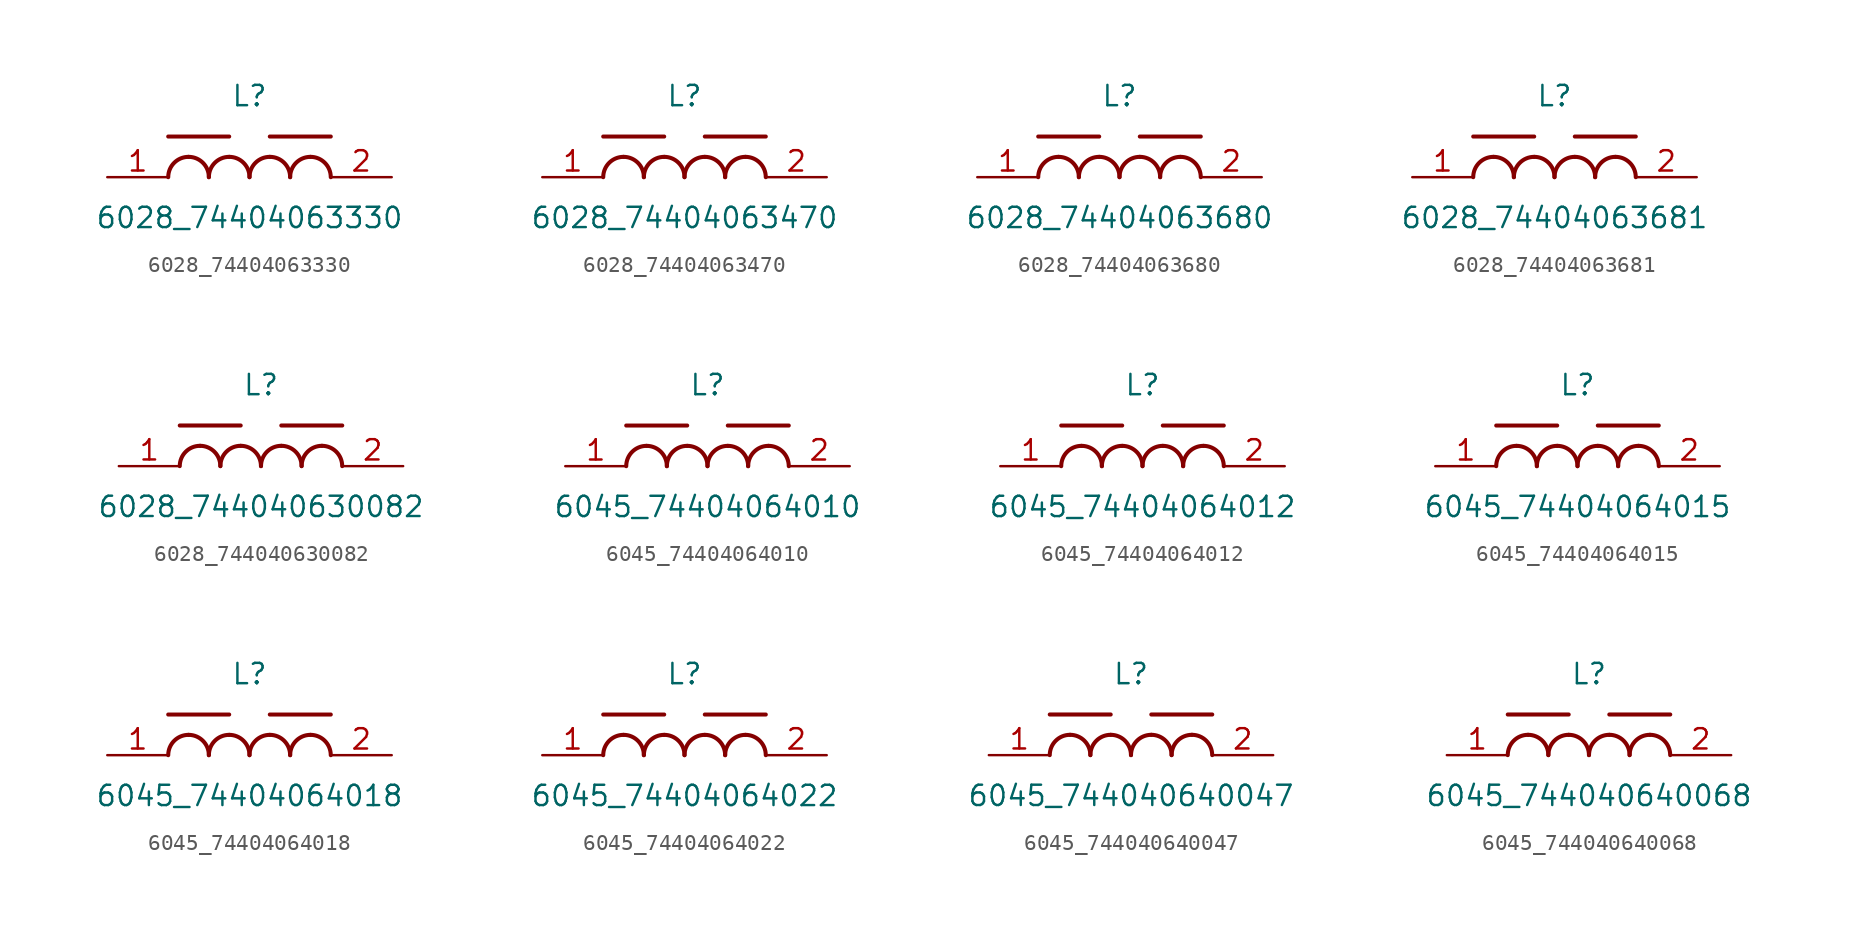
<source format=kicad_sym>
(kicad_symbol_lib
  (version 20211014)
  (generator kicad_symbol_editor)
  (symbol "Inductor_Wurth_WE-LQS:6028_74404063330"
    (pin_names hide)
    (property "Reference" "L"
      (at 0 5.08 0)
      (effects (font (size 1.27 1.27))))
    (property "Value" "6028_74404063330"
      (at 0 -2.54 0)
      (effects (font (size 1.27 1.27))))
    (symbol "6028_74404063330_0_1"
      (arc (start -3.81 1.27) (mid -4.708 0.898) (end -5.08 0) (stroke (width 0.254) (type default) (color 0 0 0 0)) (fill (type none)))
      (arc (start -2.54 0) (mid -2.912 0.898) (end -3.81 1.27) (stroke (width 0.254) (type default) (color 0 0 0 0)) (fill (type none)))
      (arc (start -1.2699 1.2701) (mid -2.1679 0.8981) (end -2.5399 0.0001) (stroke (width 0.254) (type default) (color 0 0 0 0)) (fill (type none)))
      (polyline (pts (xy -5.08 2.54) (xy -1.27 2.54)) (stroke (width 0.254) (type default) (color 0 0 0 0)) (fill (type none)))
      (polyline (pts (xy 5.08 2.54) (xy 1.27 2.54)) (stroke (width 0.254) (type default) (color 0 0 0 0)) (fill (type none)))
      (arc (start 0.0001 0.0001) (mid -0.3719 0.8981) (end -1.2699 1.2701) (stroke (width 0.254) (type default) (color 0 0 0 0)) (fill (type none)))
      (arc (start 1.2701 1.2701) (mid 0.3721 0.8981) (end 0.0001 0.0001) (stroke (width 0.254) (type default) (color 0 0 0 0)) (fill (type none)))
      (arc (start 2.5401 0.0001) (mid 2.1681 0.8981) (end 1.2701 1.2701) (stroke (width 0.254) (type default) (color 0 0 0 0)) (fill (type none)))
      (arc (start 3.8101 1.2701) (mid 2.9121 0.8981) (end 2.5401 0.0001) (stroke (width 0.254) (type default) (color 0 0 0 0)) (fill (type none)))
      (arc (start 5.0801 0.0001) (mid 4.7081 0.8981) (end 3.8101 1.2701) (stroke (width 0.254) (type default) (color 0 0 0 0)) (fill (type none))))
    (symbol "6028_74404063330_1_1"
      (pin passive line (at -8.89 0 0) (length 3.81) (name "1" (effects (font (size 1.27 1.27)))) (number "1" (effects (font (size 1.27 1.27)))))
      (pin passive line (at 8.89 0 180) (length 3.81) (name "2" (effects (font (size 1.27 1.27)))) (number "2" (effects (font (size 1.27 1.27)))))))
  (symbol "Inductor_Wurth_WE-LQS:6028_74404063470"
    (pin_names hide)
    (property "Reference" "L"
      (at 0 5.08 0)
      (effects (font (size 1.27 1.27))))
    (property "Value" "6028_74404063470"
      (at 0 -2.54 0)
      (effects (font (size 1.27 1.27))))
    (symbol "6028_74404063470_0_1"
      (arc (start -3.81 1.27) (mid -4.708 0.898) (end -5.08 0) (stroke (width 0.254) (type default) (color 0 0 0 0)) (fill (type none)))
      (arc (start -2.54 0) (mid -2.912 0.898) (end -3.81 1.27) (stroke (width 0.254) (type default) (color 0 0 0 0)) (fill (type none)))
      (arc (start -1.2699 1.2701) (mid -2.1679 0.8981) (end -2.5399 0.0001) (stroke (width 0.254) (type default) (color 0 0 0 0)) (fill (type none)))
      (polyline (pts (xy -5.08 2.54) (xy -1.27 2.54)) (stroke (width 0.254) (type default) (color 0 0 0 0)) (fill (type none)))
      (polyline (pts (xy 5.08 2.54) (xy 1.27 2.54)) (stroke (width 0.254) (type default) (color 0 0 0 0)) (fill (type none)))
      (arc (start 0.0001 0.0001) (mid -0.3719 0.8981) (end -1.2699 1.2701) (stroke (width 0.254) (type default) (color 0 0 0 0)) (fill (type none)))
      (arc (start 1.2701 1.2701) (mid 0.3721 0.8981) (end 0.0001 0.0001) (stroke (width 0.254) (type default) (color 0 0 0 0)) (fill (type none)))
      (arc (start 2.5401 0.0001) (mid 2.1681 0.8981) (end 1.2701 1.2701) (stroke (width 0.254) (type default) (color 0 0 0 0)) (fill (type none)))
      (arc (start 3.8101 1.2701) (mid 2.9121 0.8981) (end 2.5401 0.0001) (stroke (width 0.254) (type default) (color 0 0 0 0)) (fill (type none)))
      (arc (start 5.0801 0.0001) (mid 4.7081 0.8981) (end 3.8101 1.2701) (stroke (width 0.254) (type default) (color 0 0 0 0)) (fill (type none))))
    (symbol "6028_74404063470_1_1"
      (pin passive line (at -8.89 0 0) (length 3.81) (name "1" (effects (font (size 1.27 1.27)))) (number "1" (effects (font (size 1.27 1.27)))))
      (pin passive line (at 8.89 0 180) (length 3.81) (name "2" (effects (font (size 1.27 1.27)))) (number "2" (effects (font (size 1.27 1.27)))))))
  (symbol "Inductor_Wurth_WE-LQS:6028_74404063680"
    (pin_names hide)
    (property "Reference" "L"
      (at 0 5.08 0)
      (effects (font (size 1.27 1.27))))
    (property "Value" "6028_74404063680"
      (at 0 -2.54 0)
      (effects (font (size 1.27 1.27))))
    (symbol "6028_74404063680_0_1"
      (arc (start -3.81 1.27) (mid -4.708 0.898) (end -5.08 0) (stroke (width 0.254) (type default) (color 0 0 0 0)) (fill (type none)))
      (arc (start -2.54 0) (mid -2.912 0.898) (end -3.81 1.27) (stroke (width 0.254) (type default) (color 0 0 0 0)) (fill (type none)))
      (arc (start -1.2699 1.2701) (mid -2.1679 0.8981) (end -2.5399 0.0001) (stroke (width 0.254) (type default) (color 0 0 0 0)) (fill (type none)))
      (polyline (pts (xy -5.08 2.54) (xy -1.27 2.54)) (stroke (width 0.254) (type default) (color 0 0 0 0)) (fill (type none)))
      (polyline (pts (xy 5.08 2.54) (xy 1.27 2.54)) (stroke (width 0.254) (type default) (color 0 0 0 0)) (fill (type none)))
      (arc (start 0.0001 0.0001) (mid -0.3719 0.8981) (end -1.2699 1.2701) (stroke (width 0.254) (type default) (color 0 0 0 0)) (fill (type none)))
      (arc (start 1.2701 1.2701) (mid 0.3721 0.8981) (end 0.0001 0.0001) (stroke (width 0.254) (type default) (color 0 0 0 0)) (fill (type none)))
      (arc (start 2.5401 0.0001) (mid 2.1681 0.8981) (end 1.2701 1.2701) (stroke (width 0.254) (type default) (color 0 0 0 0)) (fill (type none)))
      (arc (start 3.8101 1.2701) (mid 2.9121 0.8981) (end 2.5401 0.0001) (stroke (width 0.254) (type default) (color 0 0 0 0)) (fill (type none)))
      (arc (start 5.0801 0.0001) (mid 4.7081 0.8981) (end 3.8101 1.2701) (stroke (width 0.254) (type default) (color 0 0 0 0)) (fill (type none))))
    (symbol "6028_74404063680_1_1"
      (pin passive line (at -8.89 0 0) (length 3.81) (name "1" (effects (font (size 1.27 1.27)))) (number "1" (effects (font (size 1.27 1.27)))))
      (pin passive line (at 8.89 0 180) (length 3.81) (name "2" (effects (font (size 1.27 1.27)))) (number "2" (effects (font (size 1.27 1.27)))))))
  (symbol "Inductor_Wurth_WE-LQS:6028_74404063681"
    (pin_names hide)
    (property "Reference" "L"
      (at 0 5.08 0)
      (effects (font (size 1.27 1.27))))
    (property "Value" "6028_74404063681"
      (at 0 -2.54 0)
      (effects (font (size 1.27 1.27))))
    (symbol "6028_74404063681_0_1"
      (arc (start -3.81 1.27) (mid -4.708 0.898) (end -5.08 0) (stroke (width 0.254) (type default) (color 0 0 0 0)) (fill (type none)))
      (arc (start -2.54 0) (mid -2.912 0.898) (end -3.81 1.27) (stroke (width 0.254) (type default) (color 0 0 0 0)) (fill (type none)))
      (arc (start -1.2699 1.2701) (mid -2.1679 0.8981) (end -2.5399 0.0001) (stroke (width 0.254) (type default) (color 0 0 0 0)) (fill (type none)))
      (polyline (pts (xy -5.08 2.54) (xy -1.27 2.54)) (stroke (width 0.254) (type default) (color 0 0 0 0)) (fill (type none)))
      (polyline (pts (xy 5.08 2.54) (xy 1.27 2.54)) (stroke (width 0.254) (type default) (color 0 0 0 0)) (fill (type none)))
      (arc (start 0.0001 0.0001) (mid -0.3719 0.8981) (end -1.2699 1.2701) (stroke (width 0.254) (type default) (color 0 0 0 0)) (fill (type none)))
      (arc (start 1.2701 1.2701) (mid 0.3721 0.8981) (end 0.0001 0.0001) (stroke (width 0.254) (type default) (color 0 0 0 0)) (fill (type none)))
      (arc (start 2.5401 0.0001) (mid 2.1681 0.8981) (end 1.2701 1.2701) (stroke (width 0.254) (type default) (color 0 0 0 0)) (fill (type none)))
      (arc (start 3.8101 1.2701) (mid 2.9121 0.8981) (end 2.5401 0.0001) (stroke (width 0.254) (type default) (color 0 0 0 0)) (fill (type none)))
      (arc (start 5.0801 0.0001) (mid 4.7081 0.8981) (end 3.8101 1.2701) (stroke (width 0.254) (type default) (color 0 0 0 0)) (fill (type none))))
    (symbol "6028_74404063681_1_1"
      (pin passive line (at -8.89 0 0) (length 3.81) (name "1" (effects (font (size 1.27 1.27)))) (number "1" (effects (font (size 1.27 1.27)))))
      (pin passive line (at 8.89 0 180) (length 3.81) (name "2" (effects (font (size 1.27 1.27)))) (number "2" (effects (font (size 1.27 1.27)))))))
  (symbol "Inductor_Wurth_WE-LQS:6028_744040630082"
    (pin_names hide)
    (property "Reference" "L"
      (at 0 5.08 0)
      (effects (font (size 1.27 1.27))))
    (property "Value" "6028_744040630082"
      (at 0 -2.54 0)
      (effects (font (size 1.27 1.27))))
    (symbol "6028_744040630082_0_1"
      (arc (start -3.81 1.27) (mid -4.708 0.898) (end -5.08 0) (stroke (width 0.254) (type default) (color 0 0 0 0)) (fill (type none)))
      (arc (start -2.54 0) (mid -2.912 0.898) (end -3.81 1.27) (stroke (width 0.254) (type default) (color 0 0 0 0)) (fill (type none)))
      (arc (start -1.2699 1.2701) (mid -2.1679 0.8981) (end -2.5399 0.0001) (stroke (width 0.254) (type default) (color 0 0 0 0)) (fill (type none)))
      (polyline (pts (xy -5.08 2.54) (xy -1.27 2.54)) (stroke (width 0.254) (type default) (color 0 0 0 0)) (fill (type none)))
      (polyline (pts (xy 5.08 2.54) (xy 1.27 2.54)) (stroke (width 0.254) (type default) (color 0 0 0 0)) (fill (type none)))
      (arc (start 0.0001 0.0001) (mid -0.3719 0.8981) (end -1.2699 1.2701) (stroke (width 0.254) (type default) (color 0 0 0 0)) (fill (type none)))
      (arc (start 1.2701 1.2701) (mid 0.3721 0.8981) (end 0.0001 0.0001) (stroke (width 0.254) (type default) (color 0 0 0 0)) (fill (type none)))
      (arc (start 2.5401 0.0001) (mid 2.1681 0.8981) (end 1.2701 1.2701) (stroke (width 0.254) (type default) (color 0 0 0 0)) (fill (type none)))
      (arc (start 3.8101 1.2701) (mid 2.9121 0.8981) (end 2.5401 0.0001) (stroke (width 0.254) (type default) (color 0 0 0 0)) (fill (type none)))
      (arc (start 5.0801 0.0001) (mid 4.7081 0.8981) (end 3.8101 1.2701) (stroke (width 0.254) (type default) (color 0 0 0 0)) (fill (type none))))
    (symbol "6028_744040630082_1_1"
      (pin passive line (at -8.89 0 0) (length 3.81) (name "1" (effects (font (size 1.27 1.27)))) (number "1" (effects (font (size 1.27 1.27)))))
      (pin passive line (at 8.89 0 180) (length 3.81) (name "2" (effects (font (size 1.27 1.27)))) (number "2" (effects (font (size 1.27 1.27)))))))
  (symbol "Inductor_Wurth_WE-LQS:6045_74404064010"
    (pin_names hide)
    (property "Reference" "L"
      (at 0 5.08 0)
      (effects (font (size 1.27 1.27))))
    (property "Value" "6045_74404064010"
      (at 0 -2.54 0)
      (effects (font (size 1.27 1.27))))
    (symbol "6045_74404064010_0_1"
      (arc (start -3.81 1.27) (mid -4.708 0.898) (end -5.08 0) (stroke (width 0.254) (type default) (color 0 0 0 0)) (fill (type none)))
      (arc (start -2.54 0) (mid -2.912 0.898) (end -3.81 1.27) (stroke (width 0.254) (type default) (color 0 0 0 0)) (fill (type none)))
      (arc (start -1.2699 1.2701) (mid -2.1679 0.8981) (end -2.5399 0.0001) (stroke (width 0.254) (type default) (color 0 0 0 0)) (fill (type none)))
      (polyline (pts (xy -5.08 2.54) (xy -1.27 2.54)) (stroke (width 0.254) (type default) (color 0 0 0 0)) (fill (type none)))
      (polyline (pts (xy 5.08 2.54) (xy 1.27 2.54)) (stroke (width 0.254) (type default) (color 0 0 0 0)) (fill (type none)))
      (arc (start 0.0001 0.0001) (mid -0.3719 0.8981) (end -1.2699 1.2701) (stroke (width 0.254) (type default) (color 0 0 0 0)) (fill (type none)))
      (arc (start 1.2701 1.2701) (mid 0.3721 0.8981) (end 0.0001 0.0001) (stroke (width 0.254) (type default) (color 0 0 0 0)) (fill (type none)))
      (arc (start 2.5401 0.0001) (mid 2.1681 0.8981) (end 1.2701 1.2701) (stroke (width 0.254) (type default) (color 0 0 0 0)) (fill (type none)))
      (arc (start 3.8101 1.2701) (mid 2.9121 0.8981) (end 2.5401 0.0001) (stroke (width 0.254) (type default) (color 0 0 0 0)) (fill (type none)))
      (arc (start 5.0801 0.0001) (mid 4.7081 0.8981) (end 3.8101 1.2701) (stroke (width 0.254) (type default) (color 0 0 0 0)) (fill (type none))))
    (symbol "6045_74404064010_1_1"
      (pin passive line (at -8.89 0 0) (length 3.81) (name "1" (effects (font (size 1.27 1.27)))) (number "1" (effects (font (size 1.27 1.27)))))
      (pin passive line (at 8.89 0 180) (length 3.81) (name "2" (effects (font (size 1.27 1.27)))) (number "2" (effects (font (size 1.27 1.27)))))))
  (symbol "Inductor_Wurth_WE-LQS:6045_74404064012"
    (pin_names hide)
    (property "Reference" "L"
      (at 0 5.08 0)
      (effects (font (size 1.27 1.27))))
    (property "Value" "6045_74404064012"
      (at 0 -2.54 0)
      (effects (font (size 1.27 1.27))))
    (symbol "6045_74404064012_0_1"
      (arc (start -3.81 1.27) (mid -4.708 0.898) (end -5.08 0) (stroke (width 0.254) (type default) (color 0 0 0 0)) (fill (type none)))
      (arc (start -2.54 0) (mid -2.912 0.898) (end -3.81 1.27) (stroke (width 0.254) (type default) (color 0 0 0 0)) (fill (type none)))
      (arc (start -1.2699 1.2701) (mid -2.1679 0.8981) (end -2.5399 0.0001) (stroke (width 0.254) (type default) (color 0 0 0 0)) (fill (type none)))
      (polyline (pts (xy -5.08 2.54) (xy -1.27 2.54)) (stroke (width 0.254) (type default) (color 0 0 0 0)) (fill (type none)))
      (polyline (pts (xy 5.08 2.54) (xy 1.27 2.54)) (stroke (width 0.254) (type default) (color 0 0 0 0)) (fill (type none)))
      (arc (start 0.0001 0.0001) (mid -0.3719 0.8981) (end -1.2699 1.2701) (stroke (width 0.254) (type default) (color 0 0 0 0)) (fill (type none)))
      (arc (start 1.2701 1.2701) (mid 0.3721 0.8981) (end 0.0001 0.0001) (stroke (width 0.254) (type default) (color 0 0 0 0)) (fill (type none)))
      (arc (start 2.5401 0.0001) (mid 2.1681 0.8981) (end 1.2701 1.2701) (stroke (width 0.254) (type default) (color 0 0 0 0)) (fill (type none)))
      (arc (start 3.8101 1.2701) (mid 2.9121 0.8981) (end 2.5401 0.0001) (stroke (width 0.254) (type default) (color 0 0 0 0)) (fill (type none)))
      (arc (start 5.0801 0.0001) (mid 4.7081 0.8981) (end 3.8101 1.2701) (stroke (width 0.254) (type default) (color 0 0 0 0)) (fill (type none))))
    (symbol "6045_74404064012_1_1"
      (pin passive line (at -8.89 0 0) (length 3.81) (name "1" (effects (font (size 1.27 1.27)))) (number "1" (effects (font (size 1.27 1.27)))))
      (pin passive line (at 8.89 0 180) (length 3.81) (name "2" (effects (font (size 1.27 1.27)))) (number "2" (effects (font (size 1.27 1.27)))))))
  (symbol "Inductor_Wurth_WE-LQS:6045_74404064015"
    (pin_names hide)
    (property "Reference" "L"
      (at 0 5.08 0)
      (effects (font (size 1.27 1.27))))
    (property "Value" "6045_74404064015"
      (at 0 -2.54 0)
      (effects (font (size 1.27 1.27))))
    (symbol "6045_74404064015_0_1"
      (arc (start -3.81 1.27) (mid -4.708 0.898) (end -5.08 0) (stroke (width 0.254) (type default) (color 0 0 0 0)) (fill (type none)))
      (arc (start -2.54 0) (mid -2.912 0.898) (end -3.81 1.27) (stroke (width 0.254) (type default) (color 0 0 0 0)) (fill (type none)))
      (arc (start -1.2699 1.2701) (mid -2.1679 0.8981) (end -2.5399 0.0001) (stroke (width 0.254) (type default) (color 0 0 0 0)) (fill (type none)))
      (polyline (pts (xy -5.08 2.54) (xy -1.27 2.54)) (stroke (width 0.254) (type default) (color 0 0 0 0)) (fill (type none)))
      (polyline (pts (xy 5.08 2.54) (xy 1.27 2.54)) (stroke (width 0.254) (type default) (color 0 0 0 0)) (fill (type none)))
      (arc (start 0.0001 0.0001) (mid -0.3719 0.8981) (end -1.2699 1.2701) (stroke (width 0.254) (type default) (color 0 0 0 0)) (fill (type none)))
      (arc (start 1.2701 1.2701) (mid 0.3721 0.8981) (end 0.0001 0.0001) (stroke (width 0.254) (type default) (color 0 0 0 0)) (fill (type none)))
      (arc (start 2.5401 0.0001) (mid 2.1681 0.8981) (end 1.2701 1.2701) (stroke (width 0.254) (type default) (color 0 0 0 0)) (fill (type none)))
      (arc (start 3.8101 1.2701) (mid 2.9121 0.8981) (end 2.5401 0.0001) (stroke (width 0.254) (type default) (color 0 0 0 0)) (fill (type none)))
      (arc (start 5.0801 0.0001) (mid 4.7081 0.8981) (end 3.8101 1.2701) (stroke (width 0.254) (type default) (color 0 0 0 0)) (fill (type none))))
    (symbol "6045_74404064015_1_1"
      (pin passive line (at -8.89 0 0) (length 3.81) (name "1" (effects (font (size 1.27 1.27)))) (number "1" (effects (font (size 1.27 1.27)))))
      (pin passive line (at 8.89 0 180) (length 3.81) (name "2" (effects (font (size 1.27 1.27)))) (number "2" (effects (font (size 1.27 1.27)))))))
  (symbol "Inductor_Wurth_WE-LQS:6045_74404064018"
    (pin_names hide)
    (property "Reference" "L"
      (at 0 5.08 0)
      (effects (font (size 1.27 1.27))))
    (property "Value" "6045_74404064018"
      (at 0 -2.54 0)
      (effects (font (size 1.27 1.27))))
    (symbol "6045_74404064018_0_1"
      (arc (start -3.81 1.27) (mid -4.708 0.898) (end -5.08 0) (stroke (width 0.254) (type default) (color 0 0 0 0)) (fill (type none)))
      (arc (start -2.54 0) (mid -2.912 0.898) (end -3.81 1.27) (stroke (width 0.254) (type default) (color 0 0 0 0)) (fill (type none)))
      (arc (start -1.2699 1.2701) (mid -2.1679 0.8981) (end -2.5399 0.0001) (stroke (width 0.254) (type default) (color 0 0 0 0)) (fill (type none)))
      (polyline (pts (xy -5.08 2.54) (xy -1.27 2.54)) (stroke (width 0.254) (type default) (color 0 0 0 0)) (fill (type none)))
      (polyline (pts (xy 5.08 2.54) (xy 1.27 2.54)) (stroke (width 0.254) (type default) (color 0 0 0 0)) (fill (type none)))
      (arc (start 0.0001 0.0001) (mid -0.3719 0.8981) (end -1.2699 1.2701) (stroke (width 0.254) (type default) (color 0 0 0 0)) (fill (type none)))
      (arc (start 1.2701 1.2701) (mid 0.3721 0.8981) (end 0.0001 0.0001) (stroke (width 0.254) (type default) (color 0 0 0 0)) (fill (type none)))
      (arc (start 2.5401 0.0001) (mid 2.1681 0.8981) (end 1.2701 1.2701) (stroke (width 0.254) (type default) (color 0 0 0 0)) (fill (type none)))
      (arc (start 3.8101 1.2701) (mid 2.9121 0.8981) (end 2.5401 0.0001) (stroke (width 0.254) (type default) (color 0 0 0 0)) (fill (type none)))
      (arc (start 5.0801 0.0001) (mid 4.7081 0.8981) (end 3.8101 1.2701) (stroke (width 0.254) (type default) (color 0 0 0 0)) (fill (type none))))
    (symbol "6045_74404064018_1_1"
      (pin passive line (at -8.89 0 0) (length 3.81) (name "1" (effects (font (size 1.27 1.27)))) (number "1" (effects (font (size 1.27 1.27)))))
      (pin passive line (at 8.89 0 180) (length 3.81) (name "2" (effects (font (size 1.27 1.27)))) (number "2" (effects (font (size 1.27 1.27)))))))
  (symbol "Inductor_Wurth_WE-LQS:6045_74404064022"
    (pin_names hide)
    (property "Reference" "L"
      (at 0 5.08 0)
      (effects (font (size 1.27 1.27))))
    (property "Value" "6045_74404064022"
      (at 0 -2.54 0)
      (effects (font (size 1.27 1.27))))
    (symbol "6045_74404064022_0_1"
      (arc (start -3.81 1.27) (mid -4.708 0.898) (end -5.08 0) (stroke (width 0.254) (type default) (color 0 0 0 0)) (fill (type none)))
      (arc (start -2.54 0) (mid -2.912 0.898) (end -3.81 1.27) (stroke (width 0.254) (type default) (color 0 0 0 0)) (fill (type none)))
      (arc (start -1.2699 1.2701) (mid -2.1679 0.8981) (end -2.5399 0.0001) (stroke (width 0.254) (type default) (color 0 0 0 0)) (fill (type none)))
      (polyline (pts (xy -5.08 2.54) (xy -1.27 2.54)) (stroke (width 0.254) (type default) (color 0 0 0 0)) (fill (type none)))
      (polyline (pts (xy 5.08 2.54) (xy 1.27 2.54)) (stroke (width 0.254) (type default) (color 0 0 0 0)) (fill (type none)))
      (arc (start 0.0001 0.0001) (mid -0.3719 0.8981) (end -1.2699 1.2701) (stroke (width 0.254) (type default) (color 0 0 0 0)) (fill (type none)))
      (arc (start 1.2701 1.2701) (mid 0.3721 0.8981) (end 0.0001 0.0001) (stroke (width 0.254) (type default) (color 0 0 0 0)) (fill (type none)))
      (arc (start 2.5401 0.0001) (mid 2.1681 0.8981) (end 1.2701 1.2701) (stroke (width 0.254) (type default) (color 0 0 0 0)) (fill (type none)))
      (arc (start 3.8101 1.2701) (mid 2.9121 0.8981) (end 2.5401 0.0001) (stroke (width 0.254) (type default) (color 0 0 0 0)) (fill (type none)))
      (arc (start 5.0801 0.0001) (mid 4.7081 0.8981) (end 3.8101 1.2701) (stroke (width 0.254) (type default) (color 0 0 0 0)) (fill (type none))))
    (symbol "6045_74404064022_1_1"
      (pin passive line (at -8.89 0 0) (length 3.81) (name "1" (effects (font (size 1.27 1.27)))) (number "1" (effects (font (size 1.27 1.27)))))
      (pin passive line (at 8.89 0 180) (length 3.81) (name "2" (effects (font (size 1.27 1.27)))) (number "2" (effects (font (size 1.27 1.27)))))))
  (symbol "Inductor_Wurth_WE-LQS:6045_744040640047"
    (pin_names hide)
    (property "Reference" "L"
      (at 0 5.08 0)
      (effects (font (size 1.27 1.27))))
    (property "Value" "6045_744040640047"
      (at 0 -2.54 0)
      (effects (font (size 1.27 1.27))))
    (symbol "6045_744040640047_0_1"
      (arc (start -3.81 1.27) (mid -4.708 0.898) (end -5.08 0) (stroke (width 0.254) (type default) (color 0 0 0 0)) (fill (type none)))
      (arc (start -2.54 0) (mid -2.912 0.898) (end -3.81 1.27) (stroke (width 0.254) (type default) (color 0 0 0 0)) (fill (type none)))
      (arc (start -1.2699 1.2701) (mid -2.1679 0.8981) (end -2.5399 0.0001) (stroke (width 0.254) (type default) (color 0 0 0 0)) (fill (type none)))
      (polyline (pts (xy -5.08 2.54) (xy -1.27 2.54)) (stroke (width 0.254) (type default) (color 0 0 0 0)) (fill (type none)))
      (polyline (pts (xy 5.08 2.54) (xy 1.27 2.54)) (stroke (width 0.254) (type default) (color 0 0 0 0)) (fill (type none)))
      (arc (start 0.0001 0.0001) (mid -0.3719 0.8981) (end -1.2699 1.2701) (stroke (width 0.254) (type default) (color 0 0 0 0)) (fill (type none)))
      (arc (start 1.2701 1.2701) (mid 0.3721 0.8981) (end 0.0001 0.0001) (stroke (width 0.254) (type default) (color 0 0 0 0)) (fill (type none)))
      (arc (start 2.5401 0.0001) (mid 2.1681 0.8981) (end 1.2701 1.2701) (stroke (width 0.254) (type default) (color 0 0 0 0)) (fill (type none)))
      (arc (start 3.8101 1.2701) (mid 2.9121 0.8981) (end 2.5401 0.0001) (stroke (width 0.254) (type default) (color 0 0 0 0)) (fill (type none)))
      (arc (start 5.0801 0.0001) (mid 4.7081 0.8981) (end 3.8101 1.2701) (stroke (width 0.254) (type default) (color 0 0 0 0)) (fill (type none))))
    (symbol "6045_744040640047_1_1"
      (pin passive line (at -8.89 0 0) (length 3.81) (name "1" (effects (font (size 1.27 1.27)))) (number "1" (effects (font (size 1.27 1.27)))))
      (pin passive line (at 8.89 0 180) (length 3.81) (name "2" (effects (font (size 1.27 1.27)))) (number "2" (effects (font (size 1.27 1.27)))))))
  (symbol "Inductor_Wurth_WE-LQS:6045_744040640068"
    (pin_names hide)
    (property "Reference" "L"
      (at 0 5.08 0)
      (effects (font (size 1.27 1.27))))
    (property "Value" "6045_744040640068"
      (at 0 -2.54 0)
      (effects (font (size 1.27 1.27))))
    (symbol "6045_744040640068_0_1"
      (arc (start -3.81 1.27) (mid -4.708 0.898) (end -5.08 0) (stroke (width 0.254) (type default) (color 0 0 0 0)) (fill (type none)))
      (arc (start -2.54 0) (mid -2.912 0.898) (end -3.81 1.27) (stroke (width 0.254) (type default) (color 0 0 0 0)) (fill (type none)))
      (arc (start -1.2699 1.2701) (mid -2.1679 0.8981) (end -2.5399 0.0001) (stroke (width 0.254) (type default) (color 0 0 0 0)) (fill (type none)))
      (polyline (pts (xy -5.08 2.54) (xy -1.27 2.54)) (stroke (width 0.254) (type default) (color 0 0 0 0)) (fill (type none)))
      (polyline (pts (xy 5.08 2.54) (xy 1.27 2.54)) (stroke (width 0.254) (type default) (color 0 0 0 0)) (fill (type none)))
      (arc (start 0.0001 0.0001) (mid -0.3719 0.8981) (end -1.2699 1.2701) (stroke (width 0.254) (type default) (color 0 0 0 0)) (fill (type none)))
      (arc (start 1.2701 1.2701) (mid 0.3721 0.8981) (end 0.0001 0.0001) (stroke (width 0.254) (type default) (color 0 0 0 0)) (fill (type none)))
      (arc (start 2.5401 0.0001) (mid 2.1681 0.8981) (end 1.2701 1.2701) (stroke (width 0.254) (type default) (color 0 0 0 0)) (fill (type none)))
      (arc (start 3.8101 1.2701) (mid 2.9121 0.8981) (end 2.5401 0.0001) (stroke (width 0.254) (type default) (color 0 0 0 0)) (fill (type none)))
      (arc (start 5.0801 0.0001) (mid 4.7081 0.8981) (end 3.8101 1.2701) (stroke (width 0.254) (type default) (color 0 0 0 0)) (fill (type none))))
    (symbol "6045_744040640068_1_1"
      (pin passive line (at -8.89 0 0) (length 3.81) (name "1" (effects (font (size 1.27 1.27)))) (number "1" (effects (font (size 1.27 1.27)))))
      (pin passive line (at 8.89 0 180) (length 3.81) (name "2" (effects (font (size 1.27 1.27)))) (number "2" (effects (font (size 1.27 1.27))))))))
</source>
